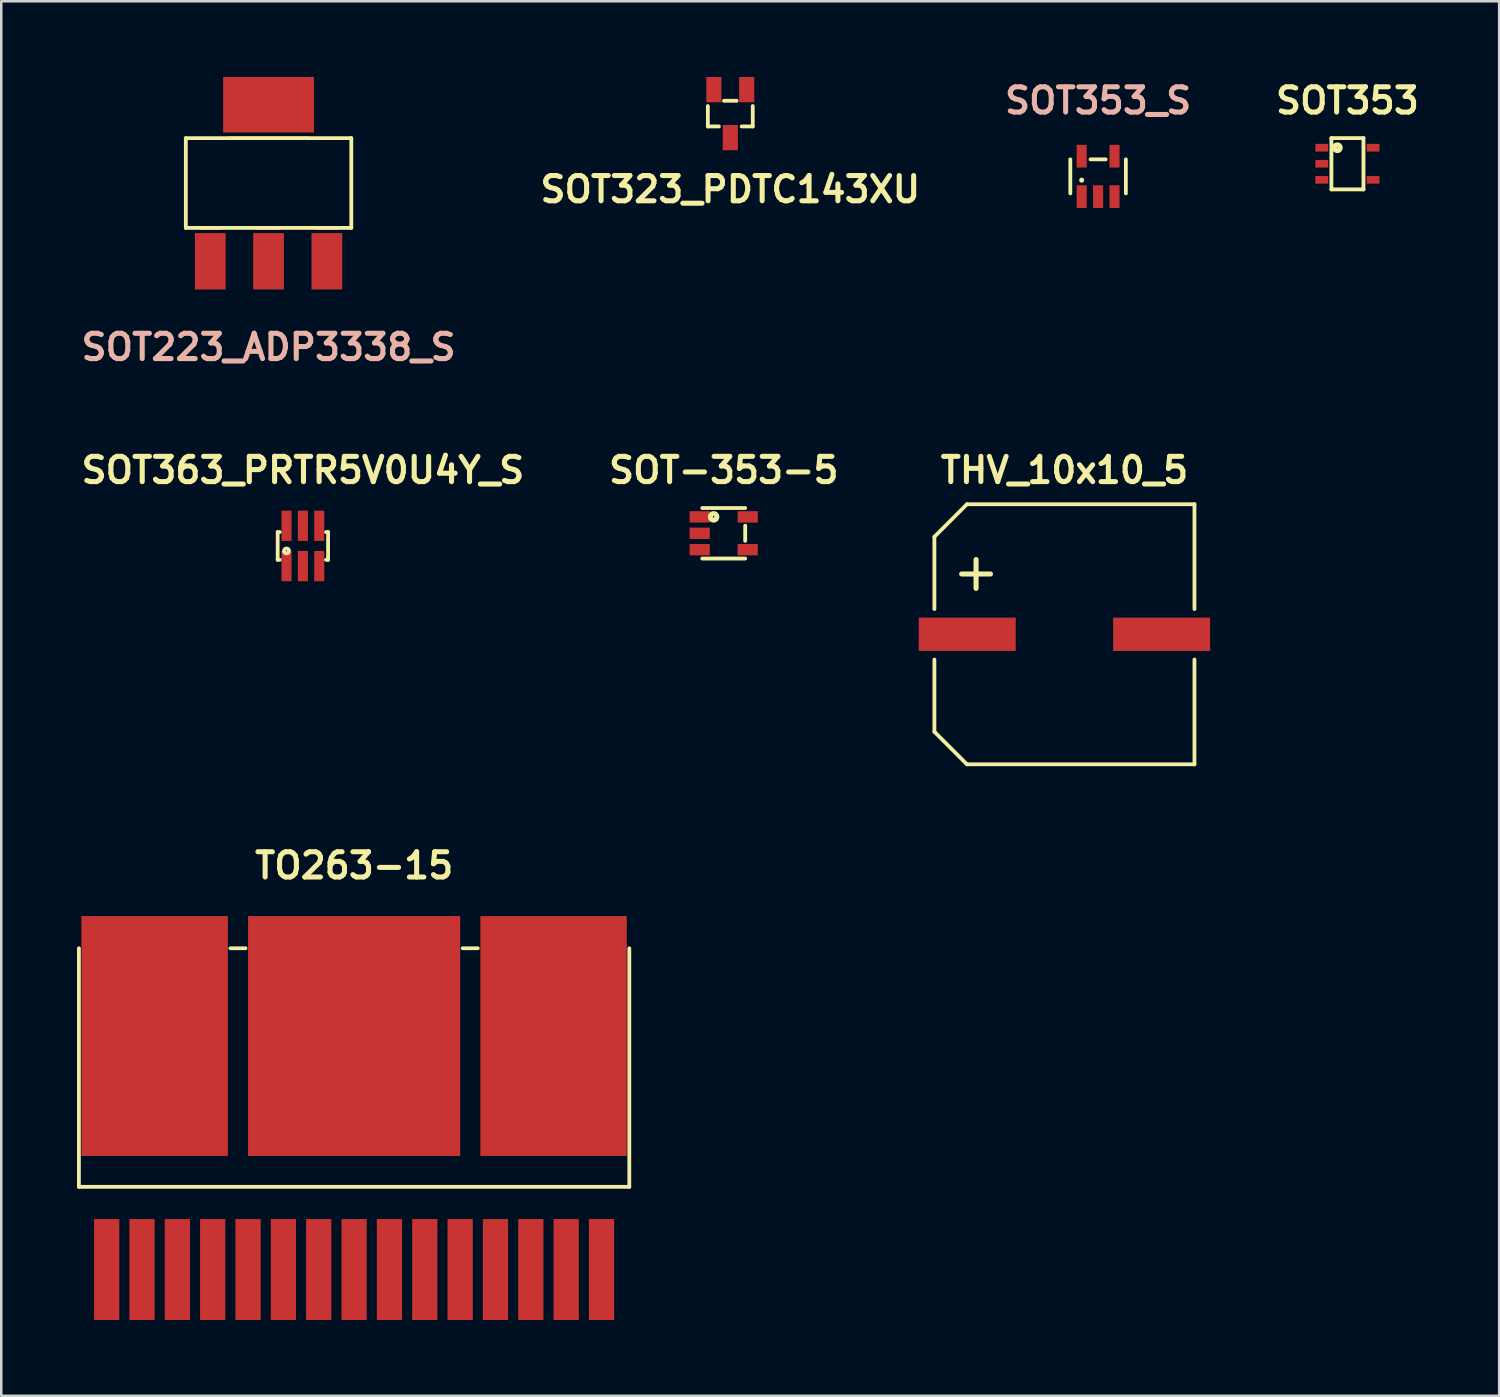
<source format=kicad_pcb>
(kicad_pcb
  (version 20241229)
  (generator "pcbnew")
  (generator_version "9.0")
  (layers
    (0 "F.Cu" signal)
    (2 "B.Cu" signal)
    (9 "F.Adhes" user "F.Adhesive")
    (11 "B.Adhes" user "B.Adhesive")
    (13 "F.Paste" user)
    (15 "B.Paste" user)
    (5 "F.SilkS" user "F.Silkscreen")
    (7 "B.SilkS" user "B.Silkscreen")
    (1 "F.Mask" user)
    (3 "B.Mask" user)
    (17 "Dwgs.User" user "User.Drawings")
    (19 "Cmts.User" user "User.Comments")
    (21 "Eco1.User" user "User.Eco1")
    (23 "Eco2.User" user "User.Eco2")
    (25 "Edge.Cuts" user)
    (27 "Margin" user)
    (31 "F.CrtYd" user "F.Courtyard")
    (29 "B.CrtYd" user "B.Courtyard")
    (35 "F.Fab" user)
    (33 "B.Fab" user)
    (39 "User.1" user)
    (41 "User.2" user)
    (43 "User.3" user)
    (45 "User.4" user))
  (footprint "SOT323_PDTC143XU"
    (layer "F.Cu")
    (at 25.875 1.45)
    (property "Reference" "SOT323_PDTC143XU" (at 0 3 0) (layer "F.SilkS") (effects (font (size 1 1) (thickness 0.2))))
    (attr smd)
    (fp_line (start -0.889 -0.3) (end -0.889 0.508) (stroke (width 0.15) (type solid)) (layer "F.SilkS"))
    (fp_line (start -0.889 0.508) (end -0.45 0.508) (stroke (width 0.15) (type solid)) (layer "F.SilkS"))
    (fp_line (start 0.25 -0.508) (end -0.25 -0.508) (stroke (width 0.15) (type solid)) (layer "F.SilkS"))
    (fp_line (start 0.45 0.508) (end 0.889 0.508) (stroke (width 0.15) (type solid)) (layer "F.SilkS"))
    (fp_line (start 0.889 0.508) (end 0.889 -0.3) (stroke (width 0.15) (type solid)) (layer "F.SilkS"))
    (pad "1" smd rect (at 0.65 -0.95) (size 0.599 1.001) (layers "F.Cu" "F.Mask" "F.Paste"))
    (pad "2" smd rect (at -0.65 -0.95) (size 0.599 1.001) (layers "F.Cu" "F.Mask" "F.Paste"))
    (pad "3" smd rect (at 0 0.95) (size 0.599 1.001) (layers "F.Cu" "F.Mask" "F.Paste")))
  (footprint "SOT353_S"
    (layer "F.Cu")
    (at 40.442 3.936)
    (property "Reference" "SOT353_S" (at 0 -3 0) (layer "B.SilkS") (effects (font (size 1 1) (thickness 0.2))))
    (attr smd)
    (fp_line (start -1.1 0.675) (end -1.1 -0.675) (stroke (width 0.15) (type solid)) (layer "F.SilkS"))
    (fp_line (start 0.3 -0.675) (end -0.3 -0.675) (stroke (width 0.15) (type solid)) (layer "F.SilkS"))
    (fp_line (start 1.1 0.675) (end 1.1 -0.675) (stroke (width 0.15) (type solid)) (layer "F.SilkS"))
    (fp_circle (center -0.65 0.15) (end -0.6 0.15) (stroke (width 0.1) (type solid)) (fill no) (layer "F.SilkS"))
    (pad "1" smd rect (at -0.65 0.8) (size 0.4 0.9) (layers "F.Cu" "F.Mask" "F.Paste"))
    (pad "2" smd rect (at 0 0.8) (size 0.4 0.9) (layers "F.Cu" "F.Mask" "F.Paste"))
    (pad "3" smd rect (at 0.65 0.8) (size 0.4 0.9) (layers "F.Cu" "F.Mask" "F.Paste"))
    (pad "4" smd rect (at 0.65 -0.8) (size 0.4 0.9) (layers "F.Cu" "F.Mask" "F.Paste"))
    (pad "5" smd rect (at -0.65 -0.8) (size 0.4 0.9) (layers "F.Cu" "F.Mask" "F.Paste")))
  (footprint "SOT223_ADP3338_S"
    (layer "F.Cu")
    (at 7.587 4.199)
    (property "Reference" "SOT223_ADP3338_S" (at 0 6.5 0) (layer "B.SilkS") (effects (font (size 1.001 1.001) (thickness 0.201))))
    (attr smd)
    (fp_line (start -3.277 -1.778) (end 3.277 -1.778) (stroke (width 0.15) (type solid)) (layer "F.SilkS"))
    (fp_line (start -3.277 1.778) (end -3.277 -1.778) (stroke (width 0.15) (type solid)) (layer "F.SilkS"))
    (fp_line (start -2.743 1.801) (end -1.88 1.801) (stroke (width 0.066) (type solid)) (layer "F.SilkS"))
    (fp_line (start -2.743 1.801) (end -1.88 1.801) (stroke (width 0.066) (type solid)) (layer "F.SilkS"))
    (fp_line (start -1.6 -1.801) (end 1.6 -1.801) (stroke (width 0.066) (type solid)) (layer "F.SilkS"))
    (fp_line (start -1.6 -1.801) (end 1.6 -1.801) (stroke (width 0.066) (type solid)) (layer "F.SilkS"))
    (fp_line (start -0.432 1.801) (end 0.432 1.801) (stroke (width 0.066) (type solid)) (layer "F.SilkS"))
    (fp_line (start -0.432 1.801) (end 0.432 1.801) (stroke (width 0.066) (type solid)) (layer "F.SilkS"))
    (fp_line (start 1.88 1.801) (end 2.743 1.801) (stroke (width 0.066) (type solid)) (layer "F.SilkS"))
    (fp_line (start 1.88 1.801) (end 2.743 1.801) (stroke (width 0.066) (type solid)) (layer "F.SilkS"))
    (fp_line (start 3.277 -1.778) (end 3.277 1.778) (stroke (width 0.15) (type solid)) (layer "F.SilkS"))
    (fp_line (start 3.277 1.778) (end -3.277 1.778) (stroke (width 0.15) (type solid)) (layer "F.SilkS"))
    (pad "1" smd rect (at -2.309 3.099) (size 1.217 2.233) (layers "F.Cu" "F.Mask" "F.Paste"))
    (pad "2" smd rect (at 0 -3.099) (size 3.599 2.2) (layers "F.Cu" "F.Mask" "F.Paste"))
    (pad "2" smd rect (at 0 3.099) (size 1.217 2.233) (layers "F.Cu" "F.Mask" "F.Paste"))
    (pad "3" smd rect (at 2.309 3.099) (size 1.217 2.233) (layers "F.Cu" "F.Mask" "F.Paste")))
  (footprint "SOT353"
    (layer "F.Cu")
    (at 50.318 3.436)
    (property "Reference" "SOT353" (at 0 -2.5 0) (layer "F.SilkS") (effects (font (size 1 1) (thickness 0.2))))
    (attr smd)
    (fp_line (start -0.635 -1.016) (end -0.635 1.016) (stroke (width 0.152) (type solid)) (layer "F.SilkS"))
    (fp_line (start -0.635 1.016) (end 0.635 1.016) (stroke (width 0.152) (type solid)) (layer "F.SilkS"))
    (fp_line (start 0.635 -1.016) (end -0.635 -1.016) (stroke (width 0.152) (type solid)) (layer "F.SilkS"))
    (fp_line (start 0.635 1.016) (end 0.635 -1.016) (stroke (width 0.152) (type solid)) (layer "F.SilkS"))
    (fp_circle (center -0.4 -0.635) (end -0.4 -0.62) (stroke (width 0.2) (type solid)) (fill no) (layer "F.SilkS"))
    (pad "1" smd rect (at -1.016 -0.635) (size 0.508 0.305) (layers "F.Cu" "F.Mask" "F.Paste"))
    (pad "2" smd rect (at -1.016 0) (size 0.508 0.305) (layers "F.Cu" "F.Mask" "F.Paste"))
    (pad "3" smd rect (at -1.016 0.635) (size 0.508 0.305) (layers "F.Cu" "F.Mask" "F.Paste"))
    (pad "4" smd rect (at 1.016 0.635) (size 0.508 0.305) (layers "F.Cu" "F.Mask" "F.Paste"))
    (pad "5" smd rect (at 1.016 -0.635) (size 0.508 0.305) (layers "F.Cu" "F.Mask" "F.Paste")))
  (footprint "TO263-15"
    (layer "F.Cu")
    (at 10.975 47.233)
    (property "Reference" "TO263-15" (at 0 -16 0) (layer "F.SilkS") (effects (font (size 1 1) (thickness 0.2))))
    (attr through_hole)
    (fp_line (start -10.9 -12.725) (end -10.9 -3.275) (stroke (width 0.15) (type solid)) (layer "F.SilkS"))
    (fp_line (start -10.9 -3.275) (end 10.9 -3.275) (stroke (width 0.15) (type solid)) (layer "F.SilkS"))
    (fp_line (start -4.9 -12.725) (end -4.3 -12.725) (stroke (width 0.15) (type solid)) (layer "F.SilkS"))
    (fp_line (start 4.3 -12.725) (end 4.9 -12.725) (stroke (width 0.15) (type solid)) (layer "F.SilkS"))
    (fp_line (start 10.9 -12.725) (end 10.9 -3.275) (stroke (width 0.15) (type solid)) (layer "F.SilkS"))
    (pad "1" smd rect (at -9.8 0) (size 1 4) (layers "F.Cu" "F.Mask" "F.Paste"))
    (pad "2" smd rect (at -8.4 0) (size 1 4) (layers "F.Cu" "F.Mask" "F.Paste"))
    (pad "3" smd rect (at -7 0) (size 1 4) (layers "F.Cu" "F.Mask" "F.Paste"))
    (pad "4" smd rect (at -5.6 0) (size 1 4) (layers "F.Cu" "F.Mask" "F.Paste"))
    (pad "5" smd rect (at -4.2 0) (size 1 4) (layers "F.Cu" "F.Mask" "F.Paste"))
    (pad "6" smd rect (at -2.8 0) (size 1 4) (layers "F.Cu" "F.Mask" "F.Paste"))
    (pad "7" smd rect (at -1.4 0) (size 1 4) (layers "F.Cu" "F.Mask" "F.Paste"))
    (pad "8" smd rect (at 0 0) (size 1 4) (layers "F.Cu" "F.Mask" "F.Paste"))
    (pad "9" smd rect (at 1.4 0) (size 1 4) (layers "F.Cu" "F.Mask" "F.Paste"))
    (pad "10" smd rect (at 2.8 0) (size 1 4) (layers "F.Cu" "F.Mask" "F.Paste"))
    (pad "11" smd rect (at 4.2 0) (size 1 4) (layers "F.Cu" "F.Mask" "F.Paste"))
    (pad "12" smd rect (at 5.6 0) (size 1 4) (layers "F.Cu" "F.Mask" "F.Paste"))
    (pad "13" smd rect (at 7 0) (size 1 4) (layers "F.Cu" "F.Mask" "F.Paste"))
    (pad "14" smd rect (at 8.4 0) (size 1 4) (layers "F.Cu" "F.Mask" "F.Paste"))
    (pad "15" smd rect (at 9.8 0) (size 1 4) (layers "F.Cu" "F.Mask" "F.Paste"))
    (pad "16" smd rect (at 7.9 -9.25) (size 5.8 9.5) (layers "F.Cu" "F.Mask" "F.Paste"))
    (pad "17" smd rect (at 0 -9.25) (size 8.4 9.5) (layers "F.Cu" "F.Mask" "F.Paste"))
    (pad "18" smd rect (at -7.9 -9.25) (size 5.8 9.5) (layers "F.Cu" "F.Mask" "F.Paste")))
  (footprint "SOT-353-5"
    (layer "F.Cu")
    (at 25.615 18.072)
    (property "Reference" "SOT-353-5" (at 0 -2.5 0) (layer "F.SilkS") (effects (font (size 1 1) (thickness 0.2))))
    (attr smd)
    (fp_line (start -0.85 1) (end 0.85 1) (stroke (width 0.152) (type solid)) (layer "F.SilkS"))
    (fp_line (start 0.85 -1) (end -0.85 -1) (stroke (width 0.152) (type solid)) (layer "F.SilkS"))
    (fp_line (start 0.85 0.3) (end 0.85 -0.3) (stroke (width 0.152) (type solid)) (layer "F.SilkS"))
    (fp_circle (center -0.4 -0.65) (end -0.4 -0.62) (stroke (width 0.2) (type solid)) (fill no) (layer "F.SilkS"))
    (pad "1" smd rect (at -0.95 -0.65) (size 0.8 0.45) (layers "F.Cu" "F.Mask" "F.Paste"))
    (pad "2" smd rect (at -0.95 0) (size 0.8 0.45) (layers "F.Cu" "F.Mask" "F.Paste"))
    (pad "3" smd rect (at -0.95 0.65) (size 0.8 0.45) (layers "F.Cu" "F.Mask" "F.Paste"))
    (pad "4" smd rect (at 0.95 0.65) (size 0.8 0.45) (layers "F.Cu" "F.Mask" "F.Paste"))
    (pad "5" smd rect (at 0.95 -0.65) (size 0.8 0.45) (layers "F.Cu" "F.Mask" "F.Paste")))
  (footprint "SOT363_PRTR5V0U4Y_S"
    (layer "F.Cu")
    (at 8.946 18.573)
    (property "Reference" "SOT363_PRTR5V0U4Y_S" (at 0 -3 0) (layer "F.SilkS") (effects (font (size 1.001 1.001) (thickness 0.201))))
    (attr smd)
    (fp_line (start -0.998 -0.549) (end -0.917 -0.549) (stroke (width 0.15) (type solid)) (layer "F.SilkS"))
    (fp_line (start -0.998 0.549) (end -0.998 -0.549) (stroke (width 0.15) (type solid)) (layer "F.SilkS"))
    (fp_line (start -0.998 0.549) (end -0.917 0.549) (stroke (width 0.15) (type solid)) (layer "F.SilkS"))
    (fp_line (start 0.998 -0.549) (end 0.917 -0.549) (stroke (width 0.15) (type solid)) (layer "F.SilkS"))
    (fp_line (start 0.998 -0.549) (end 0.998 0.549) (stroke (width 0.15) (type solid)) (layer "F.SilkS"))
    (fp_line (start 0.998 0.549) (end 0.917 0.549) (stroke (width 0.15) (type solid)) (layer "F.SilkS"))
    (fp_circle (center -0.648 0.198) (end -0.549 0.198) (stroke (width 0.15) (type solid)) (fill no) (layer "F.SilkS"))
    (pad "1" smd rect (at -0.648 0.798) (size 0.399 1.199) (layers "F.Cu" "F.Mask" "F.Paste"))
    (pad "2" smd rect (at 0 0.798) (size 0.399 1.199) (layers "F.Cu" "F.Mask" "F.Paste"))
    (pad "3" smd rect (at 0.648 0.798) (size 0.399 1.199) (layers "F.Cu" "F.Mask" "F.Paste"))
    (pad "4" smd rect (at 0.648 -0.798) (size 0.399 1.199) (layers "F.Cu" "F.Mask" "F.Paste"))
    (pad "5" smd rect (at 0 -0.798) (size 0.399 1.199) (layers "F.Cu" "F.Mask" "F.Paste"))
    (pad "6" smd rect (at -0.648 -0.798) (size 0.399 1.199) (layers "F.Cu" "F.Mask" "F.Paste")))
  (footprint "THV_10x10_5"
    (layer "F.Cu")
    (at 39.109 22.072)
    (property "Reference" "THV_10x10_5" (at 0 -6.5 0) (layer "F.SilkS") (effects (font (size 1 1) (thickness 0.2))))
    (attr through_hole)
    (fp_line (start -5.15 -3.862) (end -5.15 -1) (stroke (width 0.15) (type solid)) (layer "F.SilkS"))
    (fp_line (start -5.15 -3.862) (end -3.862 -5.15) (stroke (width 0.15) (type solid)) (layer "F.SilkS"))
    (fp_line (start -5.15 1) (end -5.15 3.862) (stroke (width 0.15) (type solid)) (layer "F.SilkS"))
    (fp_line (start -3.862 -5.15) (end 5.15 -5.15) (stroke (width 0.15) (type solid)) (layer "F.SilkS"))
    (fp_line (start -3.862 5.15) (end -5.15 3.862) (stroke (width 0.15) (type solid)) (layer "F.SilkS"))
    (fp_line (start 5.15 -5.15) (end 5.15 -1) (stroke (width 0.15) (type solid)) (layer "F.SilkS"))
    (fp_line (start 5.15 1) (end 5.15 5.15) (stroke (width 0.15) (type solid)) (layer "F.SilkS"))
    (fp_line (start 5.15 5.15) (end -3.862 5.15) (stroke (width 0.15) (type solid)) (layer "F.SilkS"))
    (fp_text user "+" (at -3.5 -2.5 0) (layer "F.SilkS") (effects (font (size 1.5 1.5) (thickness 0.2))))
    (pad "1" smd rect (at -3.85 0) (size 3.84 1.32) (layers "F.Cu" "F.Mask" "F.Paste"))
    (pad "2" smd rect (at 3.85 0) (size 3.84 1.32) (layers "F.Cu" "F.Mask" "F.Paste")))
  (gr_rect
    (start -3 -3)
    (end 56.327 52.233)
    (stroke (width 0.1) (type default))
    (fill no)
    (layer "Edge.Cuts")))
</source>
